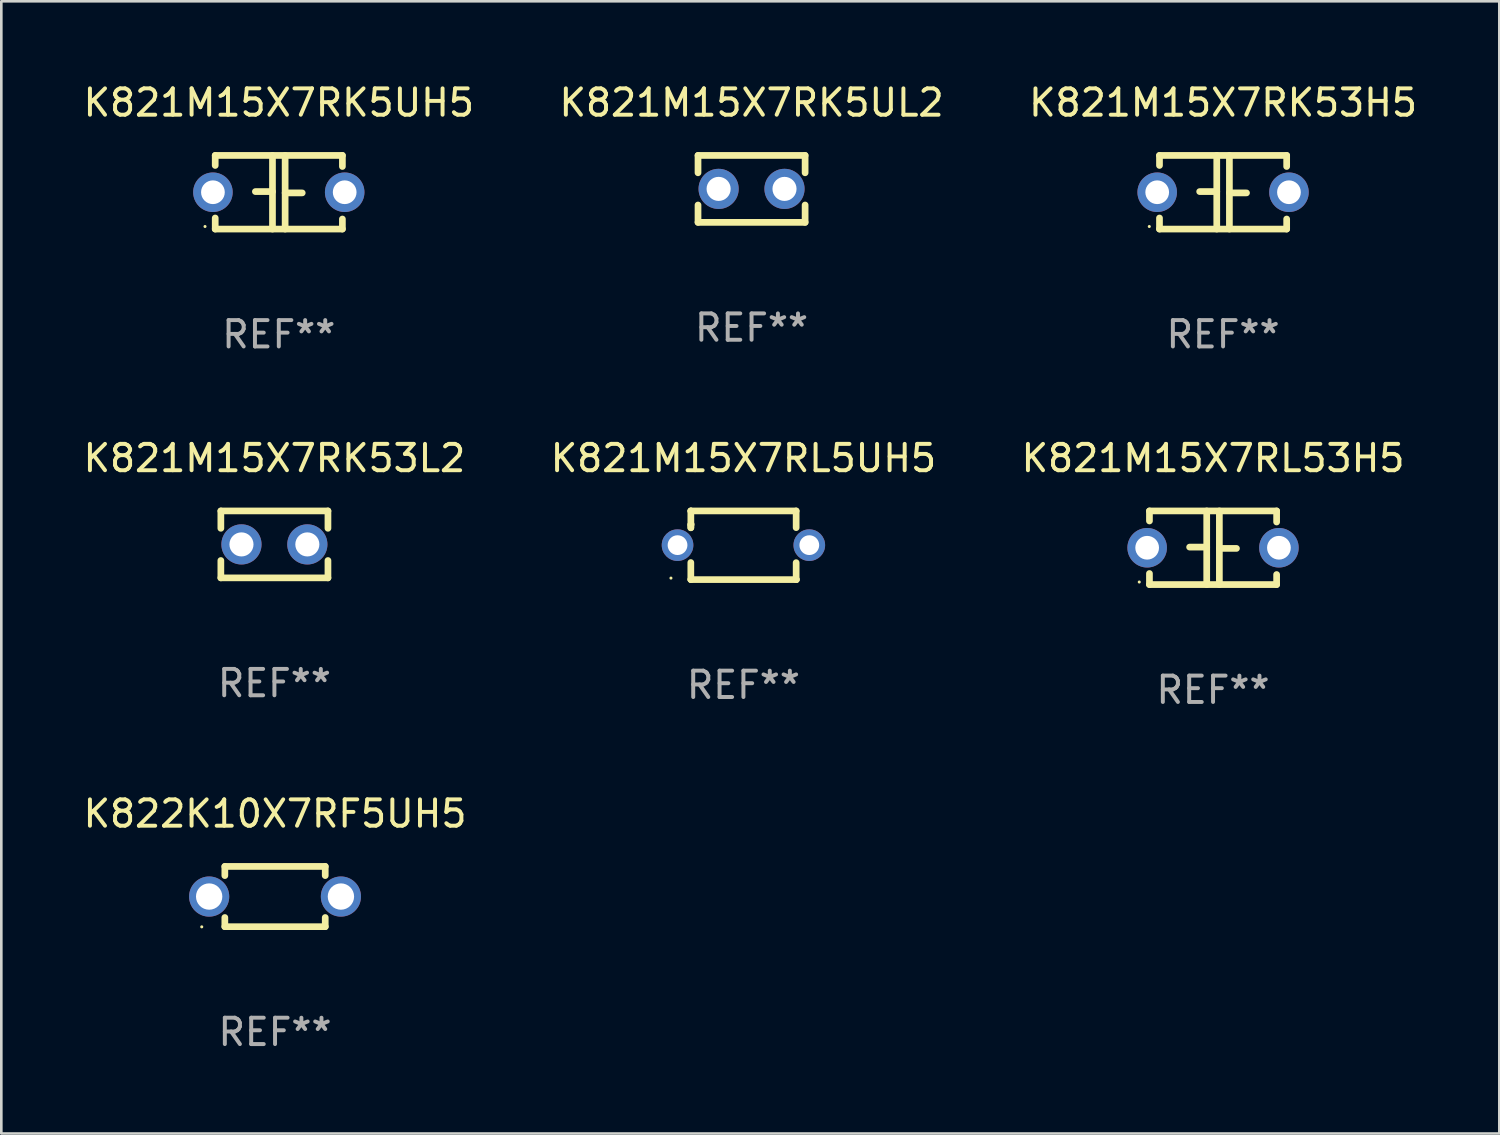
<source format=kicad_pcb>
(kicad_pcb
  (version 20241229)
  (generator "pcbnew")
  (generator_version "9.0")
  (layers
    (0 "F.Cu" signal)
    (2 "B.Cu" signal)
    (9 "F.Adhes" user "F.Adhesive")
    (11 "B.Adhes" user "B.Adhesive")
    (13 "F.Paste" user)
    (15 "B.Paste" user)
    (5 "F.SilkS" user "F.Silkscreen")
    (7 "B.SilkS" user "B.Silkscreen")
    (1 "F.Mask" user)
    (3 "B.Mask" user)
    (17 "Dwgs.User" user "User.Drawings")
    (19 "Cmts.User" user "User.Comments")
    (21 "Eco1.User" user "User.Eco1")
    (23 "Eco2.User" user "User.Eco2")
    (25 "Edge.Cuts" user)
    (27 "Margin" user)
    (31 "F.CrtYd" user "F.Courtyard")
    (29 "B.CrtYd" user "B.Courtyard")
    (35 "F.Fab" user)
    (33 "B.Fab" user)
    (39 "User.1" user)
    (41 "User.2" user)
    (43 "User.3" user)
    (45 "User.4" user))
  (footprint "K821M15X7RL53H5"
    (layer "F.Cu")
    (at 42.982 17.736)
    (property "Reference" "K821M15X7RL53H5" (at 0 -3.397 0) (layer "F.SilkS") (effects (font (size 1 1) (thickness 0.15))))
    (attr through_hole)
    (fp_line (start -2.413 -1.397) (end 2.413 -1.397) (stroke (width 0.254) (type solid)) (layer "F.SilkS"))
    (fp_line (start -2.413 -1.016) (end -2.413 -1.397) (stroke (width 0.254) (type solid)) (layer "F.SilkS"))
    (fp_line (start -2.413 0.977) (end -2.413 1.397) (stroke (width 0.254) (type solid)) (layer "F.SilkS"))
    (fp_line (start -0.24 -0.025) (end -0.889 -0.025) (stroke (width 0.254) (type solid)) (layer "F.SilkS"))
    (fp_line (start -0.24 1.397) (end -0.24 -1.397) (stroke (width 0.254) (type solid)) (layer "F.SilkS"))
    (fp_line (start 0.24 -1.397) (end 0.24 1.397) (stroke (width 0.254) (type solid)) (layer "F.SilkS"))
    (fp_line (start 0.24 0.025) (end 0.889 0.025) (stroke (width 0.254) (type solid)) (layer "F.SilkS"))
    (fp_line (start 2.413 -0.977) (end 2.413 -1.397) (stroke (width 0.254) (type solid)) (layer "F.SilkS"))
    (fp_line (start 2.413 1.016) (end 2.413 1.397) (stroke (width 0.254) (type solid)) (layer "F.SilkS"))
    (fp_line (start 2.413 1.397) (end -2.413 1.397) (stroke (width 0.254) (type solid)) (layer "F.SilkS"))
    (fp_circle (center -2.8 1.3) (end -2.77 1.3) (stroke (width 0.06) (type solid)) (fill no) (layer "F.SilkS"))
    (fp_text user "REF**" (at 0 5.397 0) (layer "F.Fab") (effects (font (size 1 1) (thickness 0.15))))
    (pad "1" thru_hole circle (at -2.5 0) (size 1.5 1.5) (drill 0.9) (layers "*.Cu" "*.Mask"))
    (pad "2" thru_hole circle (at 2.5 0) (size 1.5 1.5) (drill 0.9) (layers "*.Cu" "*.Mask")))
  (footprint "K821M15X7RK5UL2"
    (layer "F.Cu")
    (at 25.47 4.118)
    (property "Reference" "K821M15X7RK5UL2" (at 0 -3.27 0) (layer "F.SilkS") (effects (font (size 1 1) (thickness 0.15))))
    (attr through_hole)
    (fp_line (start -2.032 -1.27) (end -2.032 -0.611) (stroke (width 0.254) (type solid)) (layer "F.SilkS"))
    (fp_line (start -2.032 0.611) (end -2.032 1.27) (stroke (width 0.254) (type solid)) (layer "F.SilkS"))
    (fp_line (start -2.032 1.27) (end 2.032 1.27) (stroke (width 0.254) (type solid)) (layer "F.SilkS"))
    (fp_line (start 2.032 -1.27) (end -2.032 -1.27) (stroke (width 0.254) (type solid)) (layer "F.SilkS"))
    (fp_line (start 2.032 -0.611) (end 2.032 -1.27) (stroke (width 0.254) (type solid)) (layer "F.SilkS"))
    (fp_line (start 2.032 1.27) (end 2.032 0.611) (stroke (width 0.254) (type solid)) (layer "F.SilkS"))
    (fp_circle (center -2 1.3) (end -1.97 1.3) (stroke (width 0.06) (type solid)) (fill no) (layer "F.SilkS"))
    (fp_text user "REF**" (at 0 5.27 0) (layer "F.Fab") (effects (font (size 1 1) (thickness 0.15))))
    (pad "1" thru_hole circle (at -1.25 0) (size 1.524 1.524) (drill 0.914) (layers "*.Cu" "*.Mask"))
    (pad "2" thru_hole circle (at 1.25 0) (size 1.524 1.524) (drill 0.914) (layers "*.Cu" "*.Mask")))
  (footprint "K821M15X7RL5UH5"
    (layer "F.Cu")
    (at 25.161 17.642)
    (property "Reference" "K821M15X7RL5UH5" (at 0 -3.303 0) (layer "F.SilkS") (effects (font (size 1 1) (thickness 0.15))))
    (attr through_hole)
    (fp_line (start -1.996 -0.782) (end -1.983 -0.795) (stroke (width 0.254) (type solid)) (layer "F.SilkS"))
    (fp_line (start -1.996 -0.665) (end -1.996 -0.782) (stroke (width 0.254) (type solid)) (layer "F.SilkS"))
    (fp_line (start -1.996 1.297) (end -1.996 0.655) (stroke (width 0.254) (type solid)) (layer "F.SilkS"))
    (fp_line (start -1.996 -1.303) (end 2.001 -1.303) (stroke (width 0.254) (type solid)) (layer "F.SilkS"))
    (fp_line (start -1.995 -1.303) (end -1.996 -1.303) (stroke (width 0.254) (type solid)) (layer "F.SilkS"))
    (fp_line (start -1.995 -0.664) (end -1.995 -1.303) (stroke (width 0.254) (type solid)) (layer "F.SilkS"))
    (fp_line (start -1.99 1.303) (end -1.996 1.297) (stroke (width 0.254) (type solid)) (layer "F.SilkS"))
    (fp_line (start 2.001 -1.303) (end 2.001 -0.669) (stroke (width 0.254) (type solid)) (layer "F.SilkS"))
    (fp_line (start 2.001 0.659) (end 2.001 1.297) (stroke (width 0.254) (type solid)) (layer "F.SilkS"))
    (fp_line (start 2.001 1.297) (end 2.008 1.303) (stroke (width 0.254) (type solid)) (layer "F.SilkS"))
    (fp_line (start 2.008 1.303) (end -1.99 1.303) (stroke (width 0.254) (type solid)) (layer "F.SilkS"))
    (fp_circle (center -2.75 1.245) (end -2.72 1.245) (stroke (width 0.06) (type solid)) (fill no) (layer "F.SilkS"))
    (fp_text user "REF**" (at 0 5.303 0) (layer "F.Fab") (effects (font (size 1 1) (thickness 0.15))))
    (pad "1" thru_hole circle (at -2.5 -0.005) (size 1.2 1.2) (drill 0.75) (layers "*.Cu" "*.Mask"))
    (pad "2" thru_hole circle (at 2.5 -0.005) (size 1.2 1.2) (drill 0.75) (layers "*.Cu" "*.Mask")))
  (footprint "K821M15X7RK53H5"
    (layer "F.Cu")
    (at 43.363 4.245)
    (property "Reference" "K821M15X7RK53H5" (at 0 -3.397 0) (layer "F.SilkS") (effects (font (size 1 1) (thickness 0.15))))
    (attr through_hole)
    (fp_line (start -2.413 -1.397) (end 2.413 -1.397) (stroke (width 0.254) (type solid)) (layer "F.SilkS"))
    (fp_line (start -2.413 -1.016) (end -2.413 -1.397) (stroke (width 0.254) (type solid)) (layer "F.SilkS"))
    (fp_line (start -2.413 0.977) (end -2.413 1.397) (stroke (width 0.254) (type solid)) (layer "F.SilkS"))
    (fp_line (start -0.24 -0.025) (end -0.889 -0.025) (stroke (width 0.254) (type solid)) (layer "F.SilkS"))
    (fp_line (start -0.24 1.397) (end -0.24 -1.397) (stroke (width 0.254) (type solid)) (layer "F.SilkS"))
    (fp_line (start 0.24 -1.397) (end 0.24 1.397) (stroke (width 0.254) (type solid)) (layer "F.SilkS"))
    (fp_line (start 0.24 0.025) (end 0.889 0.025) (stroke (width 0.254) (type solid)) (layer "F.SilkS"))
    (fp_line (start 2.413 -0.977) (end 2.413 -1.397) (stroke (width 0.254) (type solid)) (layer "F.SilkS"))
    (fp_line (start 2.413 1.016) (end 2.413 1.397) (stroke (width 0.254) (type solid)) (layer "F.SilkS"))
    (fp_line (start 2.413 1.397) (end -2.413 1.397) (stroke (width 0.254) (type solid)) (layer "F.SilkS"))
    (fp_circle (center -2.8 1.3) (end -2.77 1.3) (stroke (width 0.06) (type solid)) (fill no) (layer "F.SilkS"))
    (fp_text user "REF**" (at 0 5.397 0) (layer "F.Fab") (effects (font (size 1 1) (thickness 0.15))))
    (pad "1" thru_hole circle (at -2.5 0) (size 1.5 1.5) (drill 0.9) (layers "*.Cu" "*.Mask"))
    (pad "2" thru_hole circle (at 2.5 0) (size 1.5 1.5) (drill 0.9) (layers "*.Cu" "*.Mask")))
  (footprint "K821M15X7RK53L2"
    (layer "F.Cu")
    (at 7.363 17.609)
    (property "Reference" "K821M15X7RK53L2" (at 0 -3.27 0) (layer "F.SilkS") (effects (font (size 1 1) (thickness 0.15))))
    (attr through_hole)
    (fp_line (start -2.032 -1.27) (end -2.032 -0.611) (stroke (width 0.254) (type solid)) (layer "F.SilkS"))
    (fp_line (start -2.032 0.611) (end -2.032 1.27) (stroke (width 0.254) (type solid)) (layer "F.SilkS"))
    (fp_line (start -2.032 1.27) (end 2.032 1.27) (stroke (width 0.254) (type solid)) (layer "F.SilkS"))
    (fp_line (start 2.032 -1.27) (end -2.032 -1.27) (stroke (width 0.254) (type solid)) (layer "F.SilkS"))
    (fp_line (start 2.032 -0.611) (end 2.032 -1.27) (stroke (width 0.254) (type solid)) (layer "F.SilkS"))
    (fp_line (start 2.032 1.27) (end 2.032 0.611) (stroke (width 0.254) (type solid)) (layer "F.SilkS"))
    (fp_circle (center -2 1.3) (end -1.97 1.3) (stroke (width 0.06) (type solid)) (fill no) (layer "F.SilkS"))
    (fp_text user "REF**" (at 0 5.27 0) (layer "F.Fab") (effects (font (size 1 1) (thickness 0.15))))
    (pad "1" thru_hole circle (at -1.25 0) (size 1.524 1.524) (drill 0.914) (layers "*.Cu" "*.Mask"))
    (pad "2" thru_hole circle (at 1.25 0) (size 1.524 1.524) (drill 0.914) (layers "*.Cu" "*.Mask")))
  (footprint "K821M15X7RK5UH5"
    (layer "F.Cu")
    (at 7.53 4.245)
    (property "Reference" "K821M15X7RK5UH5" (at 0 -3.397 0) (layer "F.SilkS") (effects (font (size 1 1) (thickness 0.15))))
    (attr through_hole)
    (fp_line (start -2.413 -1.397) (end 2.413 -1.397) (stroke (width 0.254) (type solid)) (layer "F.SilkS"))
    (fp_line (start -2.413 -1.016) (end -2.413 -1.397) (stroke (width 0.254) (type solid)) (layer "F.SilkS"))
    (fp_line (start -2.413 0.977) (end -2.413 1.397) (stroke (width 0.254) (type solid)) (layer "F.SilkS"))
    (fp_line (start -0.24 -0.025) (end -0.889 -0.025) (stroke (width 0.254) (type solid)) (layer "F.SilkS"))
    (fp_line (start -0.24 1.397) (end -0.24 -1.397) (stroke (width 0.254) (type solid)) (layer "F.SilkS"))
    (fp_line (start 0.24 -1.397) (end 0.24 1.397) (stroke (width 0.254) (type solid)) (layer "F.SilkS"))
    (fp_line (start 0.24 0.025) (end 0.889 0.025) (stroke (width 0.254) (type solid)) (layer "F.SilkS"))
    (fp_line (start 2.413 -0.977) (end 2.413 -1.397) (stroke (width 0.254) (type solid)) (layer "F.SilkS"))
    (fp_line (start 2.413 1.016) (end 2.413 1.397) (stroke (width 0.254) (type solid)) (layer "F.SilkS"))
    (fp_line (start 2.413 1.397) (end -2.413 1.397) (stroke (width 0.254) (type solid)) (layer "F.SilkS"))
    (fp_circle (center -2.8 1.3) (end -2.77 1.3) (stroke (width 0.06) (type solid)) (fill no) (layer "F.SilkS"))
    (fp_text user "REF**" (at 0 5.397 0) (layer "F.Fab") (effects (font (size 1 1) (thickness 0.15))))
    (pad "1" thru_hole circle (at -2.5 0) (size 1.5 1.5) (drill 0.9) (layers "*.Cu" "*.Mask"))
    (pad "2" thru_hole circle (at 2.5 0) (size 1.5 1.5) (drill 0.9) (layers "*.Cu" "*.Mask")))
  (footprint "K822K10X7RF5UH5"
    (layer "F.Cu")
    (at 7.387 30.972)
    (property "Reference" "K822K10X7RF5UH5" (at 0 -3.143 0) (layer "F.SilkS") (effects (font (size 1 1) (thickness 0.15))))
    (attr through_hole)
    (fp_line (start -1.905 -1.143) (end 1.905 -1.143) (stroke (width 0.254) (type solid)) (layer "F.SilkS"))
    (fp_line (start -1.905 -0.795) (end -1.905 -1.143) (stroke (width 0.254) (type solid)) (layer "F.SilkS"))
    (fp_line (start -1.905 1.143) (end -1.905 0.795) (stroke (width 0.254) (type solid)) (layer "F.SilkS"))
    (fp_line (start 1.905 -1.143) (end 1.905 -0.795) (stroke (width 0.254) (type solid)) (layer "F.SilkS"))
    (fp_line (start 1.905 0.795) (end 1.905 1.143) (stroke (width 0.254) (type solid)) (layer "F.SilkS"))
    (fp_line (start 1.905 1.143) (end -1.905 1.143) (stroke (width 0.254) (type solid)) (layer "F.SilkS"))
    (fp_circle (center -2.781 1.15) (end -2.751 1.15) (stroke (width 0.06) (type solid)) (fill no) (layer "F.SilkS"))
    (fp_text user "REF**" (at 0 5.143 0) (layer "F.Fab") (effects (font (size 1 1) (thickness 0.15))))
    (pad "1" thru_hole circle (at -2.5 0) (size 1.524 1.524) (drill 1) (layers "*.Cu" "*.Mask"))
    (pad "2" thru_hole circle (at 2.5 0) (size 1.524 1.524) (drill 1) (layers "*.Cu" "*.Mask")))
  (gr_rect
    (start -3 -3)
    (end 53.845 39.964)
    (stroke (width 0.1) (type default))
    (fill no)
    (layer "Edge.Cuts")))
</source>
